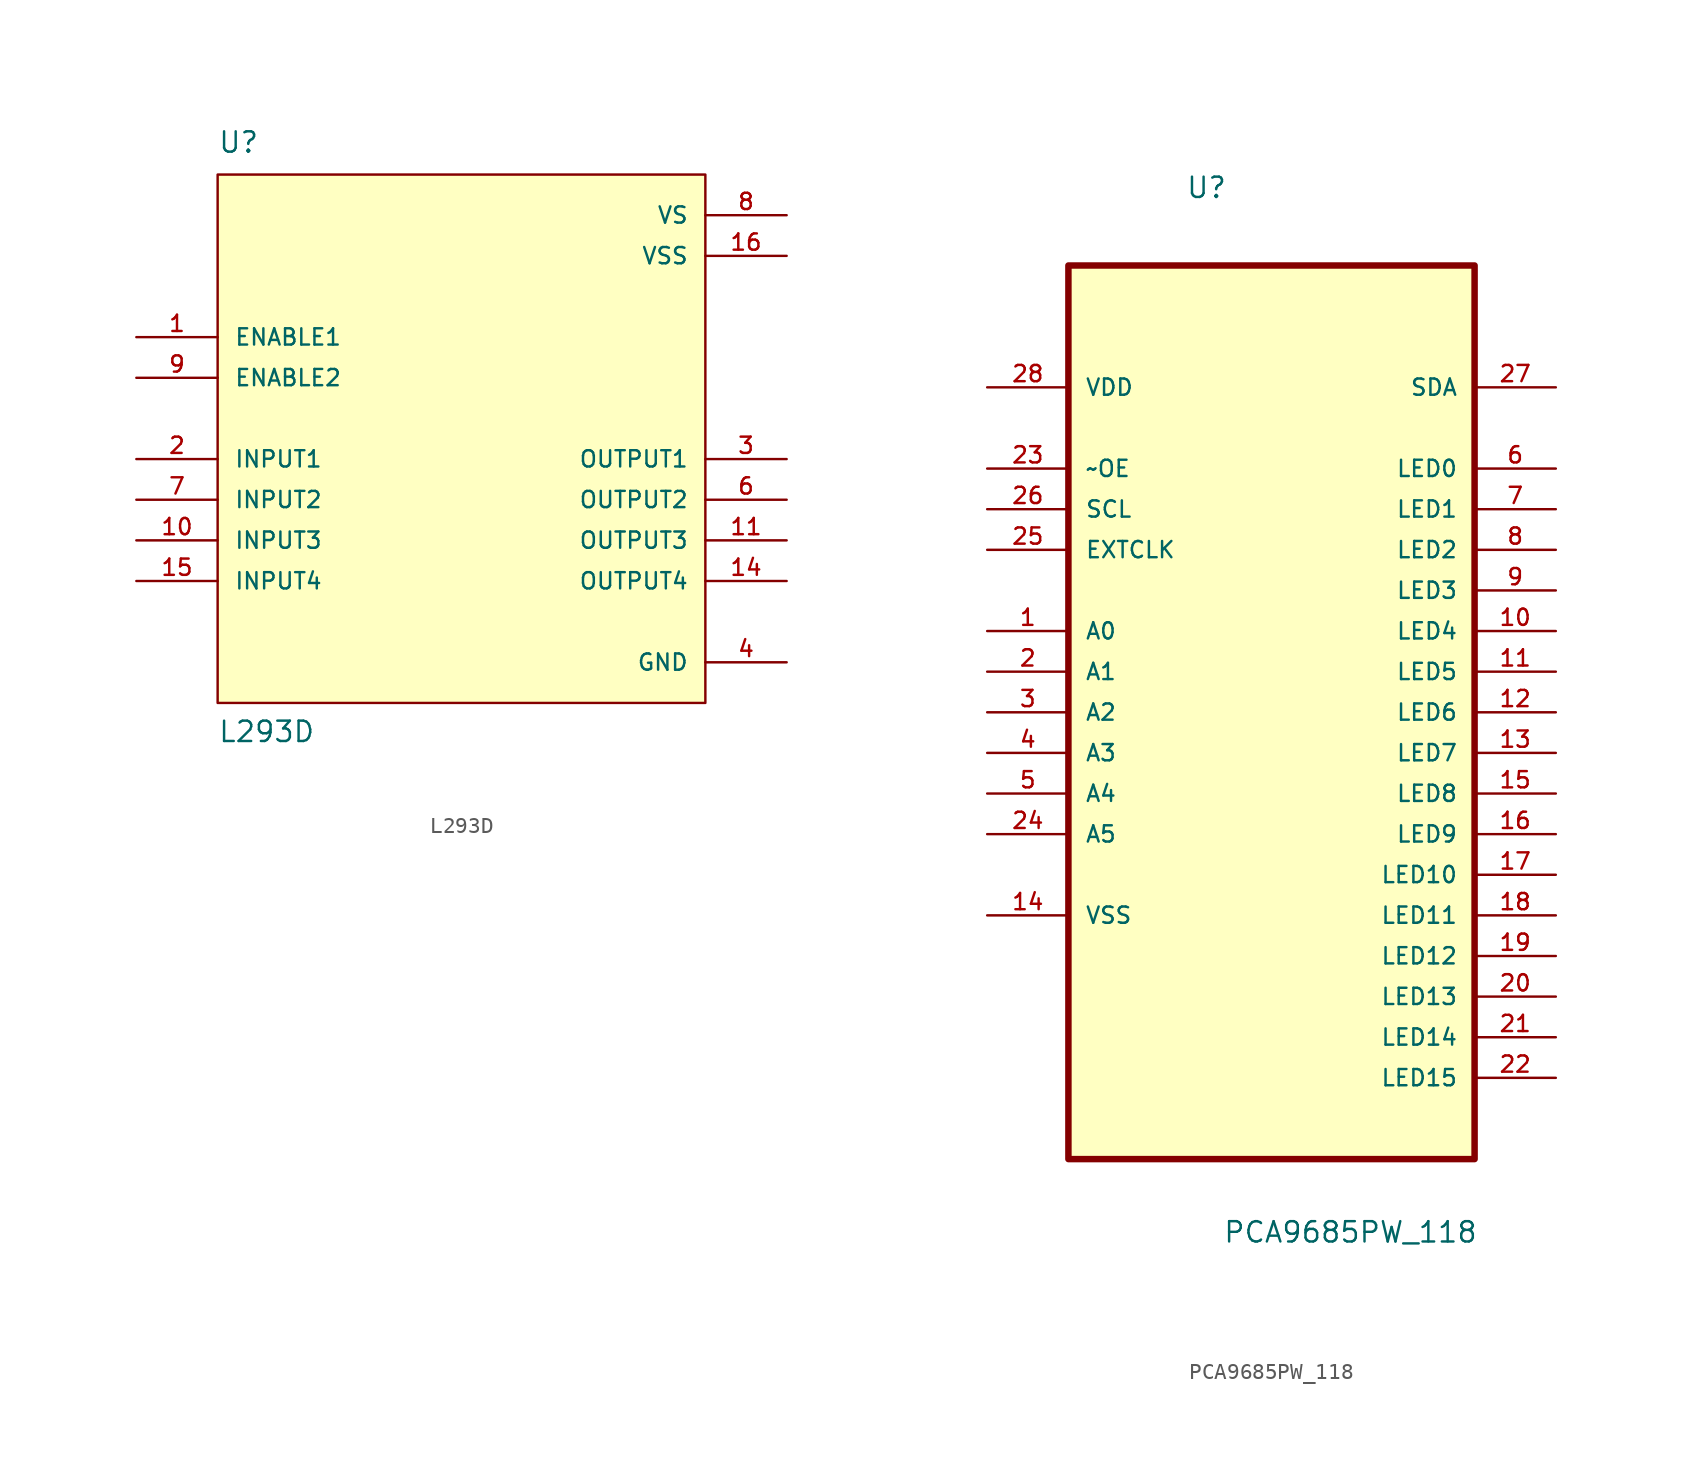
<source format=kicad_sym>
(kicad_symbol_lib
  (version 20241209)
  (generator "kicad_symbol_editor")
  (generator_version "9.0")
  (symbol "L293D"
    (pin_names
      (offset 1.016))
    (property "Reference" "U"
      (at -15.24 16.51 0)
      (effects (font (size 1.27 1.27)) (justify left bottom)))
    (property "Value" "L293D"
      (at -15.24 -20.32 0)
      (effects (font (size 1.27 1.27)) (justify left bottom)))
    (symbol "L293D_0_0"
      (rectangle (start -15.24 -17.78) (end 15.24 15.24) (stroke (width 0.152) (type default)) (fill (type background)))
      (pin input line (at -20.32 5.08 0) (length 5.08) (name "ENABLE1" (effects (font (size 1.016 1.016)))) (number "1" (effects (font (size 1.016 1.016)))))
      (pin input line (at -20.32 2.54 0) (length 5.08) (name "ENABLE2" (effects (font (size 1.016 1.016)))) (number "9" (effects (font (size 1.016 1.016)))))
      (pin input line (at -20.32 -2.54 0) (length 5.08) (name "INPUT1" (effects (font (size 1.016 1.016)))) (number "2" (effects (font (size 1.016 1.016)))))
      (pin input line (at -20.32 -5.08 0) (length 5.08) (name "INPUT2" (effects (font (size 1.016 1.016)))) (number "7" (effects (font (size 1.016 1.016)))))
      (pin input line (at -20.32 -7.62 0) (length 5.08) (name "INPUT3" (effects (font (size 1.016 1.016)))) (number "10" (effects (font (size 1.016 1.016)))))
      (pin input line (at -20.32 -10.16 0) (length 5.08) (name "INPUT4" (effects (font (size 1.016 1.016)))) (number "15" (effects (font (size 1.016 1.016)))))
      (pin power_in line (at 20.32 12.7 180) (length 5.08) (name "VS" (effects (font (size 1.016 1.016)))) (number "8" (effects (font (size 1.016 1.016)))))
      (pin power_in line (at 20.32 10.16 180) (length 5.08) (name "VSS" (effects (font (size 1.016 1.016)))) (number "16" (effects (font (size 1.016 1.016)))))
      (pin output line (at 20.32 -2.54 180) (length 5.08) (name "OUTPUT1" (effects (font (size 1.016 1.016)))) (number "3" (effects (font (size 1.016 1.016)))))
      (pin output line (at 20.32 -5.08 180) (length 5.08) (name "OUTPUT2" (effects (font (size 1.016 1.016)))) (number "6" (effects (font (size 1.016 1.016)))))
      (pin output line (at 20.32 -7.62 180) (length 5.08) (name "OUTPUT3" (effects (font (size 1.016 1.016)))) (number "11" (effects (font (size 1.016 1.016)))))
      (pin output line (at 20.32 -10.16 180) (length 5.08) (name "OUTPUT4" (effects (font (size 1.016 1.016)))) (number "14" (effects (font (size 1.016 1.016)))))
      (pin power_in line (at 20.32 -15.24 180) (length 5.08) (hide yes) (name "GND" (effects (font (size 1.016 1.016)))) (number "12" (effects (font (size 1.016 1.016)))))
      (pin power_in line (at 20.32 -15.24 180) (length 5.08) (hide yes) (name "GND" (effects (font (size 1.016 1.016)))) (number "13" (effects (font (size 1.016 1.016)))))
      (pin power_in line (at 20.32 -15.24 180) (length 5.08) (name "GND" (effects (font (size 1.016 1.016)))) (number "4" (effects (font (size 1.016 1.016)))))
      (pin power_in line (at 20.32 -15.24 180) (length 5.08) (hide yes) (name "GND" (effects (font (size 1.016 1.016)))) (number "5" (effects (font (size 1.016 1.016)))))))
  (symbol "PCA9685PW_118"
    (pin_names
      (offset 1.016))
    (property "Reference" "U"
      (at -5.375 29.523 0)
      (effects (font (size 1.27 1.27)) (justify left bottom)))
    (property "Value" "PCA9685PW_118"
      (at -3.053 -35.795 0)
      (effects (font (size 1.27 1.27)) (justify left bottom)))
    (symbol "PCA9685PW_118_0_0"
      (rectangle (start -12.7 -30.48) (end 12.7 25.4) (stroke (width 0.406) (type default)) (fill (type background)))
      (pin power_in line (at -17.78 17.78 0) (length 5.08) (name "VDD" (effects (font (size 1.016 1.016)))) (number "28" (effects (font (size 1.016 1.016)))))
      (pin input line (at -17.78 12.7 0) (length 5.08) (name "~OE" (effects (font (size 1.016 1.016)))) (number "23" (effects (font (size 1.016 1.016)))))
      (pin input line (at -17.78 10.16 0) (length 5.08) (name "SCL" (effects (font (size 1.016 1.016)))) (number "26" (effects (font (size 1.016 1.016)))))
      (pin input line (at -17.78 7.62 0) (length 5.08) (name "EXTCLK" (effects (font (size 1.016 1.016)))) (number "25" (effects (font (size 1.016 1.016)))))
      (pin input line (at -17.78 2.54 0) (length 5.08) (name "A0" (effects (font (size 1.016 1.016)))) (number "1" (effects (font (size 1.016 1.016)))))
      (pin input line (at -17.78 0 0) (length 5.08) (name "A1" (effects (font (size 1.016 1.016)))) (number "2" (effects (font (size 1.016 1.016)))))
      (pin input line (at -17.78 -2.54 0) (length 5.08) (name "A2" (effects (font (size 1.016 1.016)))) (number "3" (effects (font (size 1.016 1.016)))))
      (pin input line (at -17.78 -5.08 0) (length 5.08) (name "A3" (effects (font (size 1.016 1.016)))) (number "4" (effects (font (size 1.016 1.016)))))
      (pin input line (at -17.78 -7.62 0) (length 5.08) (name "A4" (effects (font (size 1.016 1.016)))) (number "5" (effects (font (size 1.016 1.016)))))
      (pin input line (at -17.78 -10.16 0) (length 5.08) (name "A5" (effects (font (size 1.016 1.016)))) (number "24" (effects (font (size 1.016 1.016)))))
      (pin passive line (at -17.78 -15.24 0) (length 5.08) (name "VSS" (effects (font (size 1.016 1.016)))) (number "14" (effects (font (size 1.016 1.016)))))
      (pin bidirectional line (at 17.78 17.78 180) (length 5.08) (name "SDA" (effects (font (size 1.016 1.016)))) (number "27" (effects (font (size 1.016 1.016)))))
      (pin output line (at 17.78 12.7 180) (length 5.08) (name "LED0" (effects (font (size 1.016 1.016)))) (number "6" (effects (font (size 1.016 1.016)))))
      (pin output line (at 17.78 10.16 180) (length 5.08) (name "LED1" (effects (font (size 1.016 1.016)))) (number "7" (effects (font (size 1.016 1.016)))))
      (pin output line (at 17.78 7.62 180) (length 5.08) (name "LED2" (effects (font (size 1.016 1.016)))) (number "8" (effects (font (size 1.016 1.016)))))
      (pin output line (at 17.78 5.08 180) (length 5.08) (name "LED3" (effects (font (size 1.016 1.016)))) (number "9" (effects (font (size 1.016 1.016)))))
      (pin output line (at 17.78 2.54 180) (length 5.08) (name "LED4" (effects (font (size 1.016 1.016)))) (number "10" (effects (font (size 1.016 1.016)))))
      (pin output line (at 17.78 0 180) (length 5.08) (name "LED5" (effects (font (size 1.016 1.016)))) (number "11" (effects (font (size 1.016 1.016)))))
      (pin output line (at 17.78 -2.54 180) (length 5.08) (name "LED6" (effects (font (size 1.016 1.016)))) (number "12" (effects (font (size 1.016 1.016)))))
      (pin output line (at 17.78 -5.08 180) (length 5.08) (name "LED7" (effects (font (size 1.016 1.016)))) (number "13" (effects (font (size 1.016 1.016)))))
      (pin output line (at 17.78 -7.62 180) (length 5.08) (name "LED8" (effects (font (size 1.016 1.016)))) (number "15" (effects (font (size 1.016 1.016)))))
      (pin output line (at 17.78 -10.16 180) (length 5.08) (name "LED9" (effects (font (size 1.016 1.016)))) (number "16" (effects (font (size 1.016 1.016)))))
      (pin output line (at 17.78 -12.7 180) (length 5.08) (name "LED10" (effects (font (size 1.016 1.016)))) (number "17" (effects (font (size 1.016 1.016)))))
      (pin output line (at 17.78 -15.24 180) (length 5.08) (name "LED11" (effects (font (size 1.016 1.016)))) (number "18" (effects (font (size 1.016 1.016)))))
      (pin output line (at 17.78 -17.78 180) (length 5.08) (name "LED12" (effects (font (size 1.016 1.016)))) (number "19" (effects (font (size 1.016 1.016)))))
      (pin output line (at 17.78 -20.32 180) (length 5.08) (name "LED13" (effects (font (size 1.016 1.016)))) (number "20" (effects (font (size 1.016 1.016)))))
      (pin output line (at 17.78 -22.86 180) (length 5.08) (name "LED14" (effects (font (size 1.016 1.016)))) (number "21" (effects (font (size 1.016 1.016)))))
      (pin output line (at 17.78 -25.4 180) (length 5.08) (name "LED15" (effects (font (size 1.016 1.016)))) (number "22" (effects (font (size 1.016 1.016))))))))
</source>
